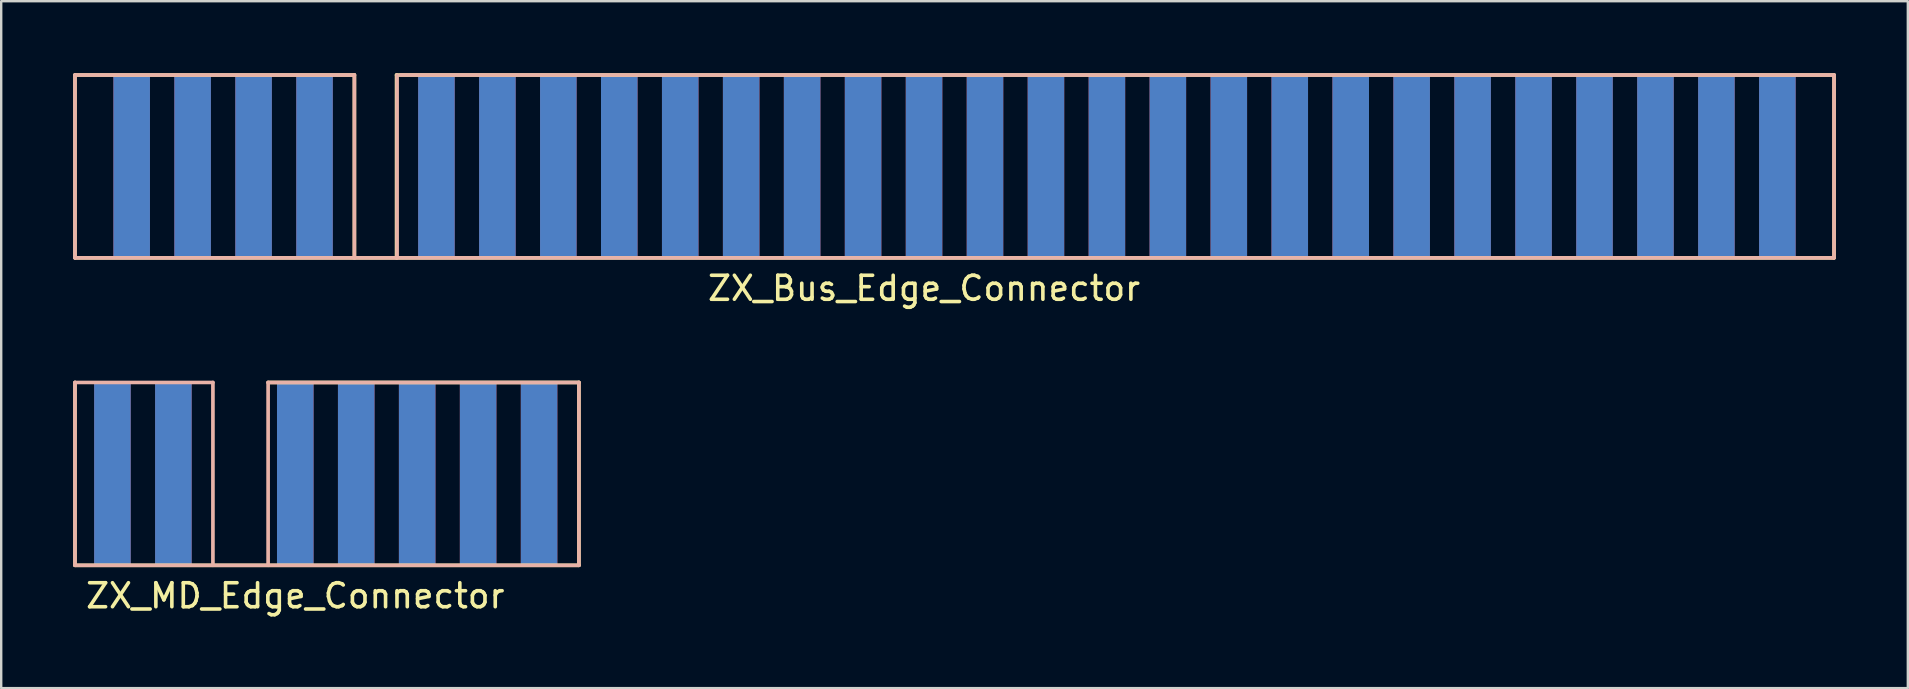
<source format=kicad_pcb>
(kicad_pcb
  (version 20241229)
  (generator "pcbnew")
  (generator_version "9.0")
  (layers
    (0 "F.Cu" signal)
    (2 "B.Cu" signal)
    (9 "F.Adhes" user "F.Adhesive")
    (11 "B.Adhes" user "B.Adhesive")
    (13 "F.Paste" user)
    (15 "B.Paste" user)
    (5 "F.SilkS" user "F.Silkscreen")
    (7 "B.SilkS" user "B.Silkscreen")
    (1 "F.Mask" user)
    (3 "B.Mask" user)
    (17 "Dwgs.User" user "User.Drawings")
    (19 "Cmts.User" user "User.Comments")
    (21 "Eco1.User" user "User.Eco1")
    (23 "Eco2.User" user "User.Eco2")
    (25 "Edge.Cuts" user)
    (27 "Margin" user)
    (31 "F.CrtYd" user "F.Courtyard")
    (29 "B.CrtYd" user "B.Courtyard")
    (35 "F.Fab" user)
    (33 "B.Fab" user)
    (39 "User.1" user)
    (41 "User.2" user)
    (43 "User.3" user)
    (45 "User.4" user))
  (footprint "ZX_MD_Edge_Connector"
    (layer "F.Cu")
    (at 29.575 16.698)
    (property "Reference" "ZX_MD_Edge_Connector" (at -20.32 5.08 0) (layer "F.SilkS") (effects (font (size 1 1) (thickness 0.15))))
    (attr through_hole)
    (fp_line (start -29.5 -3.81) (end -29.5 3.81) (stroke (width 0.15) (type solid)) (layer "F.SilkS"))
    (fp_line (start -29.5 -3.81) (end -23.752 -3.81) (stroke (width 0.1) (type default)) (layer "F.SilkS"))
    (fp_line (start -23.752 -3.81) (end -23.752 3.81) (stroke (width 0.1) (type default)) (layer "F.SilkS"))
    (fp_line (start -21.452 -3.81) (end -21.452 3.81) (stroke (width 0.1) (type default)) (layer "F.SilkS"))
    (fp_line (start -21.452 -3.81) (end -8.5 -3.81) (stroke (width 0.15) (type solid)) (layer "F.SilkS"))
    (fp_line (start -8.5 -3.81) (end -8.5 3.81) (stroke (width 0.15) (type solid)) (layer "F.SilkS"))
    (fp_line (start -8.5 3.81) (end -29.5 3.81) (stroke (width 0.15) (type solid)) (layer "F.SilkS"))
    (fp_line (start -29.5 -3.81) (end -23.752 -3.81) (stroke (width 0.15) (type solid)) (layer "B.SilkS"))
    (fp_line (start -29.5 3.81) (end -29.5 -3.81) (stroke (width 0.15) (type solid)) (layer "B.SilkS"))
    (fp_line (start -23.752 3.81) (end -23.752 -3.81) (stroke (width 0.15) (type solid)) (layer "B.SilkS"))
    (fp_line (start -21.452 -3.81) (end -8.5 -3.81) (stroke (width 0.15) (type solid)) (layer "B.SilkS"))
    (fp_line (start -21.452 3.81) (end -21.452 -3.81) (stroke (width 0.15) (type solid)) (layer "B.SilkS"))
    (fp_line (start -8.5 3.81) (end -29.5 3.81) (stroke (width 0.15) (type solid)) (layer "B.SilkS"))
    (fp_line (start -8.5 3.81) (end -8.5 -3.81) (stroke (width 0.15) (type solid)) (layer "B.SilkS"))
    (pad "A1" smd rect (at -27.94 0) (size 1.524 7.62) (layers "F.Cu" "F.Mask" "F.Paste"))
    (pad "A2" smd rect (at -25.4 0) (size 1.524 7.62) (layers "F.Cu" "F.Mask" "F.Paste"))
    (pad "A4" smd rect (at -20.32 0) (size 1.524 7.62) (layers "F.Cu" "F.Mask" "F.Paste"))
    (pad "A5" smd rect (at -17.78 0) (size 1.524 7.62) (layers "F.Cu" "F.Mask" "F.Paste"))
    (pad "A6" smd rect (at -15.24 0) (size 1.524 7.62) (layers "F.Cu" "F.Mask" "F.Paste"))
    (pad "A7" smd rect (at -12.7 0) (size 1.524 7.62) (layers "F.Cu" "F.Mask" "F.Paste"))
    (pad "A8" smd rect (at -10.16 0) (size 1.524 7.62) (layers "F.Cu" "F.Mask" "F.Paste"))
    (pad "B1" smd rect (at -27.94 0) (size 1.524 7.62) (layers "B.Cu" "B.Mask" "B.Paste"))
    (pad "B2" smd rect (at -25.4 0) (size 1.524 7.62) (layers "B.Cu" "B.Mask" "B.Paste"))
    (pad "B4" smd rect (at -20.32 0) (size 1.524 7.62) (layers "B.Cu" "B.Mask" "B.Paste"))
    (pad "B5" smd rect (at -17.78 0) (size 1.524 7.62) (layers "B.Cu" "B.Mask" "B.Paste"))
    (pad "B6" smd rect (at -15.24 0) (size 1.524 7.62) (layers "B.Cu" "B.Mask" "B.Paste"))
    (pad "B7" smd rect (at -12.7 0) (size 1.524 7.62) (layers "B.Cu" "B.Mask" "B.Paste"))
    (pad "B8" smd rect (at -10.16 0) (size 1.524 7.62) (layers "B.Cu" "B.Mask" "B.Paste")))
  (footprint "ZX_Bus_Edge_Connector"
    (layer "F.Cu")
    (at 35.457 3.885)
    (property "Reference" "ZX_Bus_Edge_Connector" (at 0 5.08 0) (layer "F.SilkS") (effects (font (size 1 1) (thickness 0.15))))
    (attr smd)
    (fp_line (start -35.382 -3.81) (end -35.382 3.81) (stroke (width 0.15) (type solid)) (layer "F.SilkS"))
    (fp_line (start -23.738 -3.81) (end -35.382 -3.81) (stroke (width 0.15) (type solid)) (layer "F.SilkS"))
    (fp_line (start -23.738 -3.81) (end -23.738 3.81) (stroke (width 0.15) (type solid)) (layer "F.SilkS"))
    (fp_line (start -21.982 -3.81) (end -21.982 3.81) (stroke (width 0.15) (type solid)) (layer "F.SilkS"))
    (fp_line (start -21.982 -3.81) (end 37.922 -3.81) (stroke (width 0.15) (type solid)) (layer "F.SilkS"))
    (fp_line (start 37.922 -3.81) (end 37.922 3.81) (stroke (width 0.15) (type solid)) (layer "F.SilkS"))
    (fp_line (start 37.922 3.81) (end -35.382 3.81) (stroke (width 0.15) (type solid)) (layer "F.SilkS"))
    (fp_line (start -35.382 3.81) (end -35.382 -3.81) (stroke (width 0.15) (type solid)) (layer "B.SilkS"))
    (fp_line (start -23.738 -3.81) (end -35.382 -3.81) (stroke (width 0.15) (type solid)) (layer "B.SilkS"))
    (fp_line (start -23.738 3.81) (end -23.738 -3.81) (stroke (width 0.15) (type solid)) (layer "B.SilkS"))
    (fp_line (start -21.96 3.81) (end -21.96 -3.81) (stroke (width 0.15) (type solid)) (layer "B.SilkS"))
    (fp_line (start -21.82 -3.81) (end 37.922 -3.81) (stroke (width 0.15) (type solid)) (layer "B.SilkS"))
    (fp_line (start 37.922 -3.81) (end 37.922 3.81) (stroke (width 0.15) (type solid)) (layer "B.SilkS"))
    (fp_line (start 37.922 3.81) (end -35.382 3.81) (stroke (width 0.15) (type solid)) (layer "B.SilkS"))
    (pad "A1" smd rect (at -33.02 0) (size 1.524 7.62) (layers "F.Cu" "F.Mask" "F.Paste"))
    (pad "A2" smd rect (at -30.48 0) (size 1.524 7.62) (layers "F.Cu" "F.Mask" "F.Paste"))
    (pad "A3" smd rect (at -27.94 0) (size 1.524 7.62) (layers "F.Cu" "F.Mask" "F.Paste"))
    (pad "A4" smd rect (at -25.4 0) (size 1.524 7.62) (layers "F.Cu" "F.Mask" "F.Paste"))
    (pad "A6" smd rect (at -20.32 0) (size 1.524 7.62) (layers "F.Cu" "F.Mask" "F.Paste"))
    (pad "A7" smd rect (at -17.78 0) (size 1.524 7.62) (layers "F.Cu" "F.Mask" "F.Paste"))
    (pad "A8" smd rect (at -15.24 0) (size 1.524 7.62) (layers "F.Cu" "F.Mask" "F.Paste"))
    (pad "A9" smd rect (at -12.7 0) (size 1.524 7.62) (layers "F.Cu" "F.Mask" "F.Paste"))
    (pad "A10" smd rect (at -10.16 0) (size 1.524 7.62) (layers "F.Cu" "F.Mask" "F.Paste"))
    (pad "A11" smd rect (at -7.62 0) (size 1.524 7.62) (layers "F.Cu" "F.Mask" "F.Paste"))
    (pad "A12" smd rect (at -5.08 0) (size 1.524 7.62) (layers "F.Cu" "F.Mask" "F.Paste"))
    (pad "A13" smd rect (at -2.54 0) (size 1.524 7.62) (layers "F.Cu" "F.Mask" "F.Paste"))
    (pad "A14" smd rect (at 0 0) (size 1.524 7.62) (layers "F.Cu" "F.Mask" "F.Paste"))
    (pad "A15" smd rect (at 2.54 0) (size 1.524 7.62) (layers "F.Cu" "F.Mask" "F.Paste"))
    (pad "A16" smd rect (at 5.08 0) (size 1.524 7.62) (layers "F.Cu" "F.Mask" "F.Paste"))
    (pad "A17" smd rect (at 7.62 0) (size 1.524 7.62) (layers "F.Cu" "F.Mask" "F.Paste"))
    (pad "A18" smd rect (at 10.16 0) (size 1.524 7.62) (layers "F.Cu" "F.Mask" "F.Paste"))
    (pad "A19" smd rect (at 12.7 0) (size 1.524 7.62) (layers "F.Cu" "F.Mask" "F.Paste"))
    (pad "A20" smd rect (at 15.24 0) (size 1.524 7.62) (layers "F.Cu" "F.Mask" "F.Paste"))
    (pad "A21" smd rect (at 17.78 0) (size 1.524 7.62) (layers "F.Cu" "F.Mask" "F.Paste"))
    (pad "A22" smd rect (at 20.32 0) (size 1.524 7.62) (layers "F.Cu" "F.Mask" "F.Paste"))
    (pad "A23" smd rect (at 22.86 0) (size 1.524 7.62) (layers "F.Cu" "F.Mask" "F.Paste"))
    (pad "A24" smd rect (at 25.4 0) (size 1.524 7.62) (layers "F.Cu" "F.Mask" "F.Paste"))
    (pad "A25" smd rect (at 27.94 0) (size 1.524 7.62) (layers "F.Cu" "F.Mask" "F.Paste"))
    (pad "A26" smd rect (at 30.48 0) (size 1.524 7.62) (layers "F.Cu" "F.Mask" "F.Paste"))
    (pad "A27" smd rect (at 33.02 0) (size 1.524 7.62) (layers "F.Cu" "F.Mask" "F.Paste"))
    (pad "A28" smd rect (at 35.56 0) (size 1.524 7.62) (layers "F.Cu" "F.Mask" "F.Paste"))
    (pad "B1" smd rect (at -33.02 0) (size 1.524 7.62) (layers "B.Cu" "B.Mask" "B.Paste"))
    (pad "B2" smd rect (at -30.48 0) (size 1.524 7.62) (layers "B.Cu" "B.Mask" "B.Paste"))
    (pad "B3" smd rect (at -27.94 0) (size 1.524 7.62) (layers "B.Cu" "B.Mask" "B.Paste"))
    (pad "B4" smd rect (at -25.4 0) (size 1.524 7.62) (layers "B.Cu" "B.Mask" "B.Paste"))
    (pad "B6" smd rect (at -20.32 0) (size 1.524 7.62) (layers "B.Cu" "B.Mask" "B.Paste"))
    (pad "B7" smd rect (at -17.78 0) (size 1.524 7.62) (layers "B.Cu" "B.Mask" "B.Paste"))
    (pad "B8" smd rect (at -15.24 0) (size 1.524 7.62) (layers "B.Cu" "B.Mask" "B.Paste"))
    (pad "B9" smd rect (at -12.7 0) (size 1.524 7.62) (layers "B.Cu" "B.Mask" "B.Paste"))
    (pad "B10" smd rect (at -10.16 0) (size 1.524 7.62) (layers "B.Cu" "B.Mask" "B.Paste"))
    (pad "B11" smd rect (at -7.62 0) (size 1.524 7.62) (layers "B.Cu" "B.Mask" "B.Paste"))
    (pad "B12" smd rect (at -5.08 0) (size 1.524 7.62) (layers "B.Cu" "B.Mask" "B.Paste"))
    (pad "B13" smd rect (at -2.54 0) (size 1.524 7.62) (layers "B.Cu" "B.Mask" "B.Paste"))
    (pad "B14" smd rect (at 0 0) (size 1.524 7.62) (layers "B.Cu" "B.Mask" "B.Paste"))
    (pad "B15" smd rect (at 2.54 0) (size 1.524 7.62) (layers "B.Cu" "B.Mask" "B.Paste"))
    (pad "B16" smd rect (at 5.08 0) (size 1.524 7.62) (layers "B.Cu" "B.Mask" "B.Paste"))
    (pad "B17" smd rect (at 7.62 0) (size 1.524 7.62) (layers "B.Cu" "B.Mask" "B.Paste"))
    (pad "B18" smd rect (at 10.16 0) (size 1.524 7.62) (layers "B.Cu" "B.Mask" "B.Paste"))
    (pad "B19" smd rect (at 12.7 0) (size 1.524 7.62) (layers "B.Cu" "B.Mask" "B.Paste"))
    (pad "B20" smd rect (at 15.24 0) (size 1.524 7.62) (layers "B.Cu" "B.Mask" "B.Paste"))
    (pad "B21" smd rect (at 17.78 0) (size 1.524 7.62) (layers "B.Cu" "B.Mask" "B.Paste"))
    (pad "B22" smd rect (at 20.32 0) (size 1.524 7.62) (layers "B.Cu" "B.Mask" "B.Paste"))
    (pad "B23" smd rect (at 22.86 0) (size 1.524 7.62) (layers "B.Cu" "B.Mask" "B.Paste"))
    (pad "B24" smd rect (at 25.4 0) (size 1.524 7.62) (layers "B.Cu" "B.Mask" "B.Paste"))
    (pad "B25" smd rect (at 27.94 0) (size 1.524 7.62) (layers "B.Cu" "B.Mask" "B.Paste"))
    (pad "B26" smd rect (at 30.48 0) (size 1.524 7.62) (layers "B.Cu" "B.Mask" "B.Paste"))
    (pad "B27" smd rect (at 33.02 0) (size 1.524 7.62) (layers "B.Cu" "B.Mask" "B.Paste"))
    (pad "B28" smd rect (at 35.56 0) (size 1.524 7.62) (layers "B.Cu" "B.Mask" "B.Paste")))
  (gr_rect
    (start -3 -3)
    (end 76.454 25.627)
    (stroke (width 0.1) (type default))
    (fill no)
    (layer "Edge.Cuts")))
</source>
